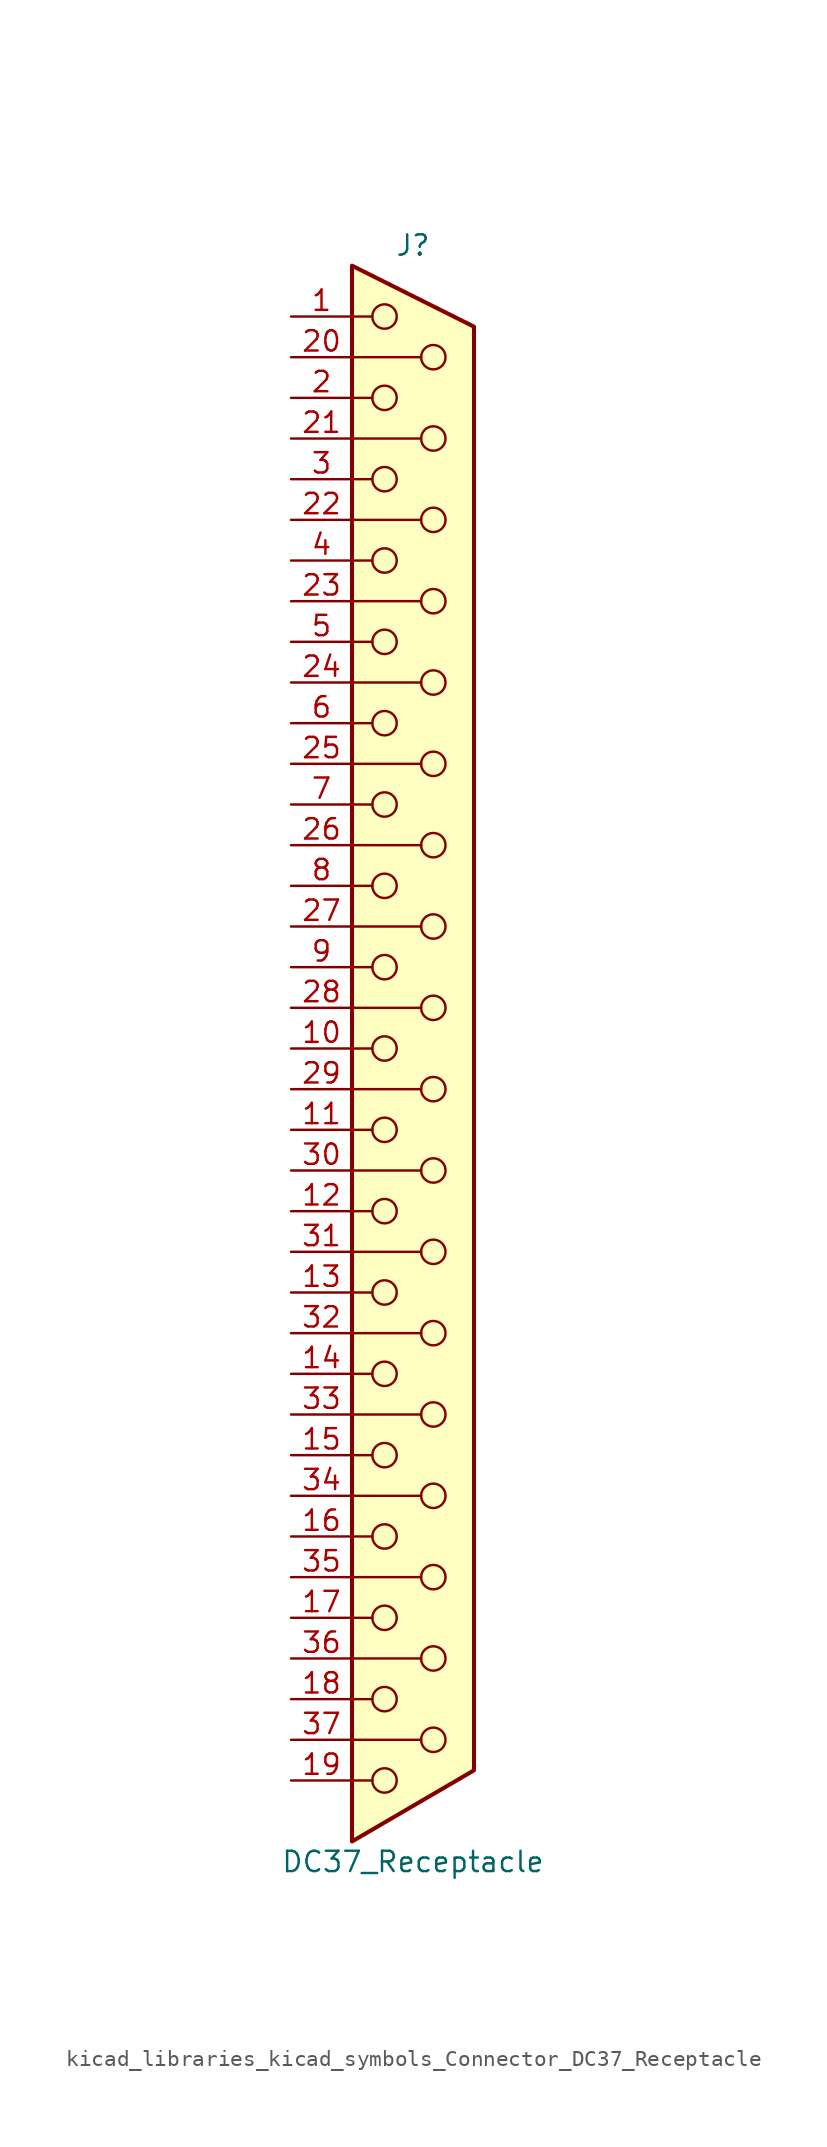
<source format=kicad_sym>
(kicad_symbol_lib
  (version 20220914)
  (generator kicad_symbol_editor)
  (symbol "kicad_libraries_kicad_symbols_Connector_DC37_Receptacle"
    (pin_names
      (offset 1.016) hide)
    (property "Reference" "J"
      (at 0 50.165 0)
      (effects (font (size 1.27 1.27))))
    (property "Value" "DC37_Receptacle"
      (at 0 -50.8 0)
      (effects (font (size 1.27 1.27))))
    (symbol "kicad_libraries_kicad_symbols_Connector_DC37_Receptacle_0_1"
      (circle (center -1.778 -45.72) (radius 0.762) (stroke (width 0) (type default)) (fill (type none)))
      (circle (center -1.778 -40.64) (radius 0.762) (stroke (width 0) (type default)) (fill (type none)))
      (circle (center -1.778 -35.56) (radius 0.762) (stroke (width 0) (type default)) (fill (type none)))
      (circle (center -1.778 -30.48) (radius 0.762) (stroke (width 0) (type default)) (fill (type none)))
      (circle (center -1.778 -25.4) (radius 0.762) (stroke (width 0) (type default)) (fill (type none)))
      (circle (center -1.778 -20.32) (radius 0.762) (stroke (width 0) (type default)) (fill (type none)))
      (circle (center -1.778 -15.24) (radius 0.762) (stroke (width 0) (type default)) (fill (type none)))
      (circle (center -1.778 -10.16) (radius 0.762) (stroke (width 0) (type default)) (fill (type none)))
      (circle (center -1.778 -5.08) (radius 0.762) (stroke (width 0) (type default)) (fill (type none)))
      (circle (center -1.778 0) (radius 0.762) (stroke (width 0) (type default)) (fill (type none)))
      (circle (center -1.778 5.08) (radius 0.762) (stroke (width 0) (type default)) (fill (type none)))
      (circle (center -1.778 10.16) (radius 0.762) (stroke (width 0) (type default)) (fill (type none)))
      (circle (center -1.778 15.24) (radius 0.762) (stroke (width 0) (type default)) (fill (type none)))
      (circle (center -1.778 20.32) (radius 0.762) (stroke (width 0) (type default)) (fill (type none)))
      (circle (center -1.778 25.4) (radius 0.762) (stroke (width 0) (type default)) (fill (type none)))
      (circle (center -1.778 30.48) (radius 0.762) (stroke (width 0) (type default)) (fill (type none)))
      (circle (center -1.778 35.56) (radius 0.762) (stroke (width 0) (type default)) (fill (type none)))
      (circle (center -1.778 40.64) (radius 0.762) (stroke (width 0) (type default)) (fill (type none)))
      (circle (center -1.778 45.72) (radius 0.762) (stroke (width 0) (type default)) (fill (type none)))
      (polyline (pts (xy -3.81 -45.72) (xy -2.54 -45.72)) (stroke (width 0) (type default)) (fill (type none)))
      (polyline (pts (xy -3.81 -43.18) (xy 0.508 -43.18)) (stroke (width 0) (type default)) (fill (type none)))
      (polyline (pts (xy -3.81 -40.64) (xy -2.54 -40.64)) (stroke (width 0) (type default)) (fill (type none)))
      (polyline (pts (xy -3.81 -38.1) (xy 0.508 -38.1)) (stroke (width 0) (type default)) (fill (type none)))
      (polyline (pts (xy -3.81 -35.56) (xy -2.54 -35.56)) (stroke (width 0) (type default)) (fill (type none)))
      (polyline (pts (xy -3.81 -33.02) (xy 0.508 -33.02)) (stroke (width 0) (type default)) (fill (type none)))
      (polyline (pts (xy -3.81 -30.48) (xy -2.54 -30.48)) (stroke (width 0) (type default)) (fill (type none)))
      (polyline (pts (xy -3.81 -27.94) (xy 0.508 -27.94)) (stroke (width 0) (type default)) (fill (type none)))
      (polyline (pts (xy -3.81 -25.4) (xy -2.54 -25.4)) (stroke (width 0) (type default)) (fill (type none)))
      (polyline (pts (xy -3.81 -22.86) (xy 0.508 -22.86)) (stroke (width 0) (type default)) (fill (type none)))
      (polyline (pts (xy -3.81 -20.32) (xy -2.54 -20.32)) (stroke (width 0) (type default)) (fill (type none)))
      (polyline (pts (xy -3.81 -17.78) (xy 0.508 -17.78)) (stroke (width 0) (type default)) (fill (type none)))
      (polyline (pts (xy -3.81 -15.24) (xy -2.54 -15.24)) (stroke (width 0) (type default)) (fill (type none)))
      (polyline (pts (xy -3.81 -12.7) (xy 0.508 -12.7)) (stroke (width 0) (type default)) (fill (type none)))
      (polyline (pts (xy -3.81 -10.16) (xy -2.54 -10.16)) (stroke (width 0) (type default)) (fill (type none)))
      (polyline (pts (xy -3.81 -7.62) (xy 0.508 -7.62)) (stroke (width 0) (type default)) (fill (type none)))
      (polyline (pts (xy -3.81 -5.08) (xy -2.54 -5.08)) (stroke (width 0) (type default)) (fill (type none)))
      (polyline (pts (xy -3.81 -2.54) (xy 0.508 -2.54)) (stroke (width 0) (type default)) (fill (type none)))
      (polyline (pts (xy -3.81 0) (xy -2.54 0)) (stroke (width 0) (type default)) (fill (type none)))
      (polyline (pts (xy -3.81 2.54) (xy 0.508 2.54)) (stroke (width 0) (type default)) (fill (type none)))
      (polyline (pts (xy -3.81 5.08) (xy -2.54 5.08)) (stroke (width 0) (type default)) (fill (type none)))
      (polyline (pts (xy -3.81 7.62) (xy 0.508 7.62)) (stroke (width 0) (type default)) (fill (type none)))
      (polyline (pts (xy -3.81 10.16) (xy -2.54 10.16)) (stroke (width 0) (type default)) (fill (type none)))
      (polyline (pts (xy -3.81 12.7) (xy 0.508 12.7)) (stroke (width 0) (type default)) (fill (type none)))
      (polyline (pts (xy -3.81 15.24) (xy -2.54 15.24)) (stroke (width 0) (type default)) (fill (type none)))
      (polyline (pts (xy -3.81 17.78) (xy 0.508 17.78)) (stroke (width 0) (type default)) (fill (type none)))
      (polyline (pts (xy -3.81 20.32) (xy -2.54 20.32)) (stroke (width 0) (type default)) (fill (type none)))
      (polyline (pts (xy -3.81 22.86) (xy 0.508 22.86)) (stroke (width 0) (type default)) (fill (type none)))
      (polyline (pts (xy -3.81 25.4) (xy -2.54 25.4)) (stroke (width 0) (type default)) (fill (type none)))
      (polyline (pts (xy -3.81 27.94) (xy 0.508 27.94)) (stroke (width 0) (type default)) (fill (type none)))
      (polyline (pts (xy -3.81 30.48) (xy -2.54 30.48)) (stroke (width 0) (type default)) (fill (type none)))
      (polyline (pts (xy -3.81 33.02) (xy 0.508 33.02)) (stroke (width 0) (type default)) (fill (type none)))
      (polyline (pts (xy -3.81 35.56) (xy -2.54 35.56)) (stroke (width 0) (type default)) (fill (type none)))
      (polyline (pts (xy -3.81 38.1) (xy 0.508 38.1)) (stroke (width 0) (type default)) (fill (type none)))
      (polyline (pts (xy -3.81 40.64) (xy -2.54 40.64)) (stroke (width 0) (type default)) (fill (type none)))
      (polyline (pts (xy -3.81 43.18) (xy 0.508 43.18)) (stroke (width 0) (type default)) (fill (type none)))
      (polyline (pts (xy -3.81 45.72) (xy -2.54 45.72)) (stroke (width 0) (type default)) (fill (type none)))
      (polyline (pts (xy -3.81 -49.53) (xy 3.81 -45.085) (xy 3.81 45.085) (xy -3.81 48.895) (xy -3.81 -49.53)) (stroke (width 0.254) (type default)) (fill (type background)))
      (circle (center 1.27 -43.18) (radius 0.762) (stroke (width 0) (type default)) (fill (type none)))
      (circle (center 1.27 -38.1) (radius 0.762) (stroke (width 0) (type default)) (fill (type none)))
      (circle (center 1.27 -33.02) (radius 0.762) (stroke (width 0) (type default)) (fill (type none)))
      (circle (center 1.27 -27.94) (radius 0.762) (stroke (width 0) (type default)) (fill (type none)))
      (circle (center 1.27 -22.86) (radius 0.762) (stroke (width 0) (type default)) (fill (type none)))
      (circle (center 1.27 -17.78) (radius 0.762) (stroke (width 0) (type default)) (fill (type none)))
      (circle (center 1.27 -12.7) (radius 0.762) (stroke (width 0) (type default)) (fill (type none)))
      (circle (center 1.27 -7.62) (radius 0.762) (stroke (width 0) (type default)) (fill (type none)))
      (circle (center 1.27 -2.54) (radius 0.762) (stroke (width 0) (type default)) (fill (type none)))
      (circle (center 1.27 2.54) (radius 0.762) (stroke (width 0) (type default)) (fill (type none)))
      (circle (center 1.27 7.62) (radius 0.762) (stroke (width 0) (type default)) (fill (type none)))
      (circle (center 1.27 12.7) (radius 0.762) (stroke (width 0) (type default)) (fill (type none)))
      (circle (center 1.27 17.78) (radius 0.762) (stroke (width 0) (type default)) (fill (type none)))
      (circle (center 1.27 22.86) (radius 0.762) (stroke (width 0) (type default)) (fill (type none)))
      (circle (center 1.27 27.94) (radius 0.762) (stroke (width 0) (type default)) (fill (type none)))
      (circle (center 1.27 33.02) (radius 0.762) (stroke (width 0) (type default)) (fill (type none)))
      (circle (center 1.27 38.1) (radius 0.762) (stroke (width 0) (type default)) (fill (type none)))
      (circle (center 1.27 43.18) (radius 0.762) (stroke (width 0) (type default)) (fill (type none))))
    (symbol "kicad_libraries_kicad_symbols_Connector_DC37_Receptacle_1_1"
      (pin passive line (at -7.62 45.72 0) (length 3.81) (name "1" (effects (font (size 1.27 1.27)))) (number "1" (effects (font (size 1.27 1.27)))))
      (pin passive line (at -7.62 0 0) (length 3.81) (name "10" (effects (font (size 1.27 1.27)))) (number "10" (effects (font (size 1.27 1.27)))))
      (pin passive line (at -7.62 -5.08 0) (length 3.81) (name "11" (effects (font (size 1.27 1.27)))) (number "11" (effects (font (size 1.27 1.27)))))
      (pin passive line (at -7.62 -10.16 0) (length 3.81) (name "12" (effects (font (size 1.27 1.27)))) (number "12" (effects (font (size 1.27 1.27)))))
      (pin passive line (at -7.62 -15.24 0) (length 3.81) (name "13" (effects (font (size 1.27 1.27)))) (number "13" (effects (font (size 1.27 1.27)))))
      (pin passive line (at -7.62 -20.32 0) (length 3.81) (name "14" (effects (font (size 1.27 1.27)))) (number "14" (effects (font (size 1.27 1.27)))))
      (pin passive line (at -7.62 -25.4 0) (length 3.81) (name "15" (effects (font (size 1.27 1.27)))) (number "15" (effects (font (size 1.27 1.27)))))
      (pin passive line (at -7.62 -30.48 0) (length 3.81) (name "16" (effects (font (size 1.27 1.27)))) (number "16" (effects (font (size 1.27 1.27)))))
      (pin passive line (at -7.62 -35.56 0) (length 3.81) (name "17" (effects (font (size 1.27 1.27)))) (number "17" (effects (font (size 1.27 1.27)))))
      (pin passive line (at -7.62 -40.64 0) (length 3.81) (name "18" (effects (font (size 1.27 1.27)))) (number "18" (effects (font (size 1.27 1.27)))))
      (pin passive line (at -7.62 -45.72 0) (length 3.81) (name "19" (effects (font (size 1.27 1.27)))) (number "19" (effects (font (size 1.27 1.27)))))
      (pin passive line (at -7.62 40.64 0) (length 3.81) (name "2" (effects (font (size 1.27 1.27)))) (number "2" (effects (font (size 1.27 1.27)))))
      (pin passive line (at -7.62 43.18 0) (length 3.81) (name "20" (effects (font (size 1.27 1.27)))) (number "20" (effects (font (size 1.27 1.27)))))
      (pin passive line (at -7.62 38.1 0) (length 3.81) (name "21" (effects (font (size 1.27 1.27)))) (number "21" (effects (font (size 1.27 1.27)))))
      (pin passive line (at -7.62 33.02 0) (length 3.81) (name "22" (effects (font (size 1.27 1.27)))) (number "22" (effects (font (size 1.27 1.27)))))
      (pin passive line (at -7.62 27.94 0) (length 3.81) (name "23" (effects (font (size 1.27 1.27)))) (number "23" (effects (font (size 1.27 1.27)))))
      (pin passive line (at -7.62 22.86 0) (length 3.81) (name "24" (effects (font (size 1.27 1.27)))) (number "24" (effects (font (size 1.27 1.27)))))
      (pin passive line (at -7.62 17.78 0) (length 3.81) (name "25" (effects (font (size 1.27 1.27)))) (number "25" (effects (font (size 1.27 1.27)))))
      (pin passive line (at -7.62 12.7 0) (length 3.81) (name "26" (effects (font (size 1.27 1.27)))) (number "26" (effects (font (size 1.27 1.27)))))
      (pin passive line (at -7.62 7.62 0) (length 3.81) (name "27" (effects (font (size 1.27 1.27)))) (number "27" (effects (font (size 1.27 1.27)))))
      (pin passive line (at -7.62 2.54 0) (length 3.81) (name "28" (effects (font (size 1.27 1.27)))) (number "28" (effects (font (size 1.27 1.27)))))
      (pin passive line (at -7.62 -2.54 0) (length 3.81) (name "29" (effects (font (size 1.27 1.27)))) (number "29" (effects (font (size 1.27 1.27)))))
      (pin passive line (at -7.62 35.56 0) (length 3.81) (name "3" (effects (font (size 1.27 1.27)))) (number "3" (effects (font (size 1.27 1.27)))))
      (pin passive line (at -7.62 -7.62 0) (length 3.81) (name "30" (effects (font (size 1.27 1.27)))) (number "30" (effects (font (size 1.27 1.27)))))
      (pin passive line (at -7.62 -12.7 0) (length 3.81) (name "31" (effects (font (size 1.27 1.27)))) (number "31" (effects (font (size 1.27 1.27)))))
      (pin passive line (at -7.62 -17.78 0) (length 3.81) (name "32" (effects (font (size 1.27 1.27)))) (number "32" (effects (font (size 1.27 1.27)))))
      (pin passive line (at -7.62 -22.86 0) (length 3.81) (name "33" (effects (font (size 1.27 1.27)))) (number "33" (effects (font (size 1.27 1.27)))))
      (pin passive line (at -7.62 -27.94 0) (length 3.81) (name "34" (effects (font (size 1.27 1.27)))) (number "34" (effects (font (size 1.27 1.27)))))
      (pin passive line (at -7.62 -33.02 0) (length 3.81) (name "35" (effects (font (size 1.27 1.27)))) (number "35" (effects (font (size 1.27 1.27)))))
      (pin passive line (at -7.62 -38.1 0) (length 3.81) (name "36" (effects (font (size 1.27 1.27)))) (number "36" (effects (font (size 1.27 1.27)))))
      (pin passive line (at -7.62 -43.18 0) (length 3.81) (name "37" (effects (font (size 1.27 1.27)))) (number "37" (effects (font (size 1.27 1.27)))))
      (pin passive line (at -7.62 30.48 0) (length 3.81) (name "4" (effects (font (size 1.27 1.27)))) (number "4" (effects (font (size 1.27 1.27)))))
      (pin passive line (at -7.62 25.4 0) (length 3.81) (name "5" (effects (font (size 1.27 1.27)))) (number "5" (effects (font (size 1.27 1.27)))))
      (pin passive line (at -7.62 20.32 0) (length 3.81) (name "6" (effects (font (size 1.27 1.27)))) (number "6" (effects (font (size 1.27 1.27)))))
      (pin passive line (at -7.62 15.24 0) (length 3.81) (name "7" (effects (font (size 1.27 1.27)))) (number "7" (effects (font (size 1.27 1.27)))))
      (pin passive line (at -7.62 10.16 0) (length 3.81) (name "8" (effects (font (size 1.27 1.27)))) (number "8" (effects (font (size 1.27 1.27)))))
      (pin passive line (at -7.62 5.08 0) (length 3.81) (name "9" (effects (font (size 1.27 1.27)))) (number "9" (effects (font (size 1.27 1.27))))))))
</source>
